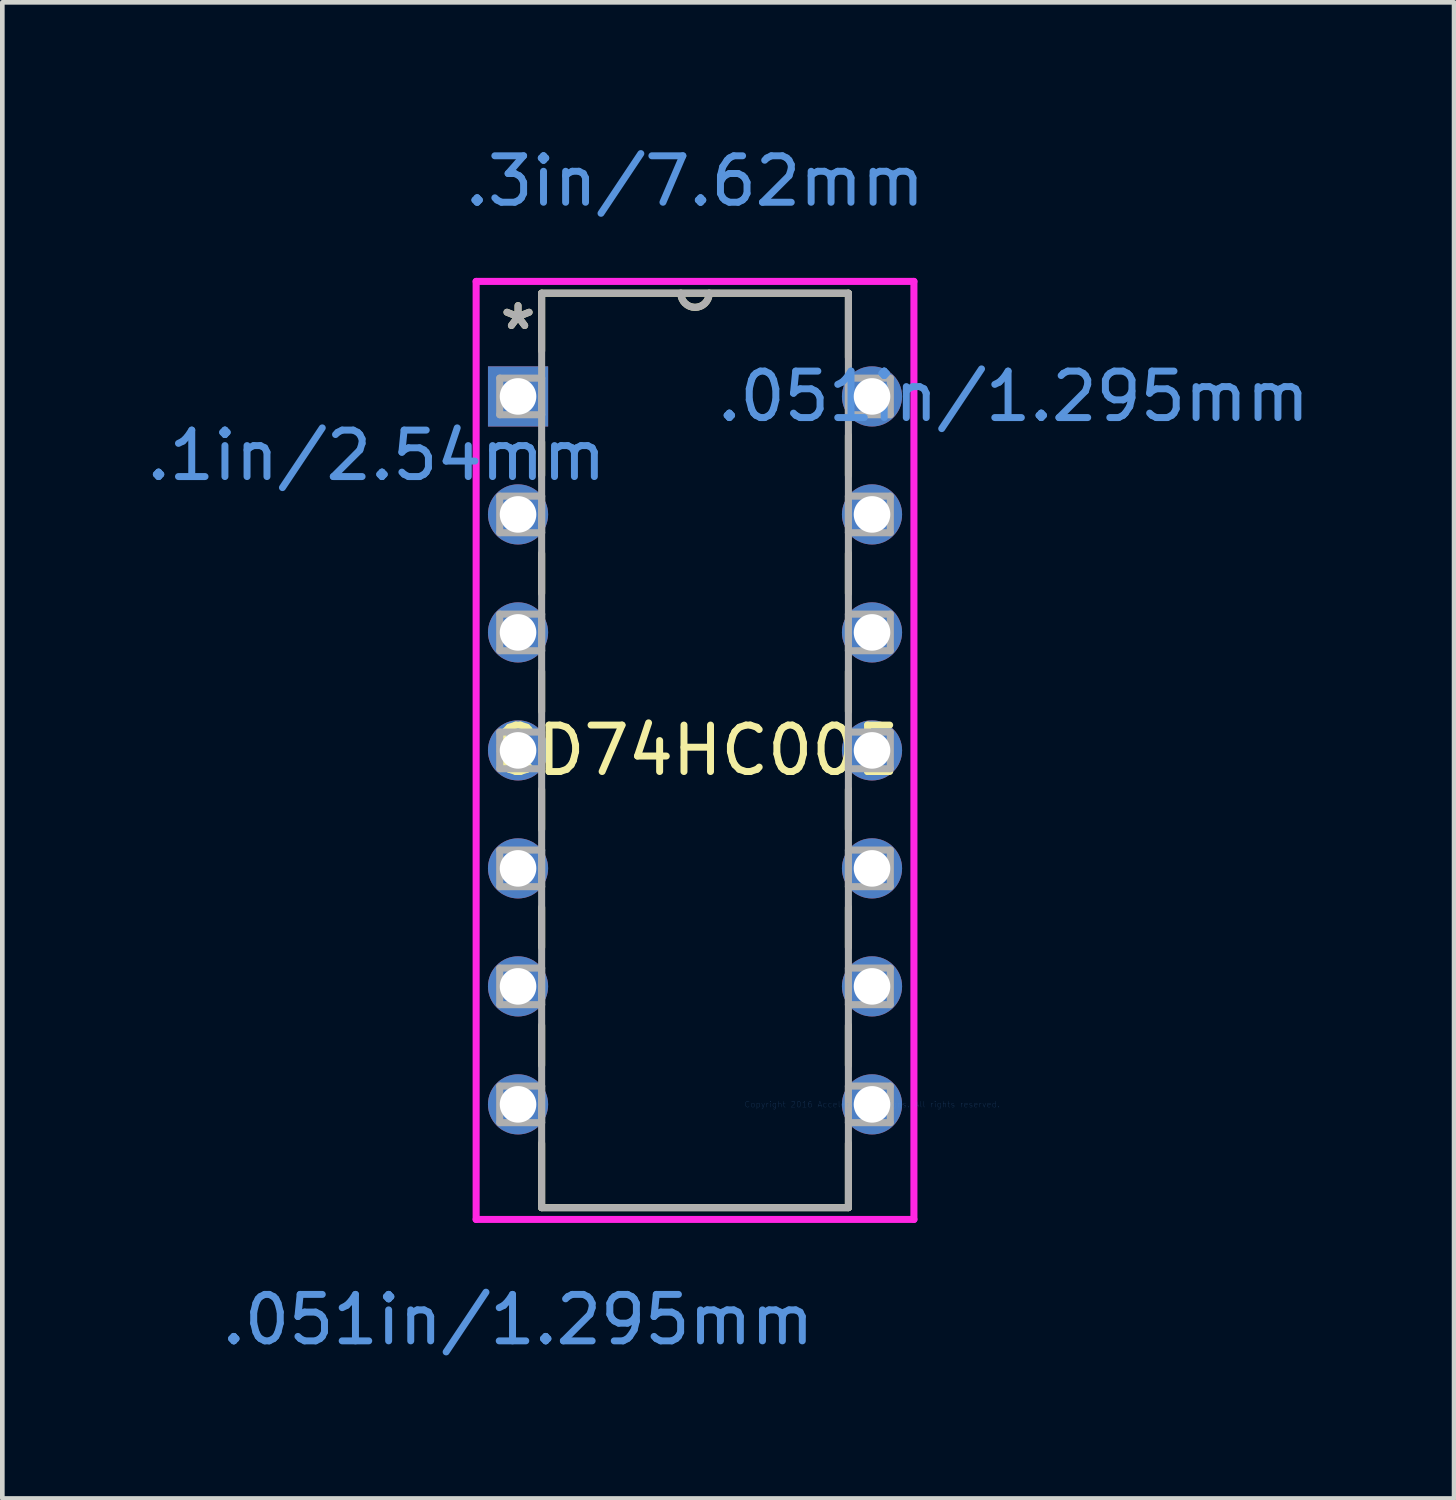
<source format=kicad_pcb>
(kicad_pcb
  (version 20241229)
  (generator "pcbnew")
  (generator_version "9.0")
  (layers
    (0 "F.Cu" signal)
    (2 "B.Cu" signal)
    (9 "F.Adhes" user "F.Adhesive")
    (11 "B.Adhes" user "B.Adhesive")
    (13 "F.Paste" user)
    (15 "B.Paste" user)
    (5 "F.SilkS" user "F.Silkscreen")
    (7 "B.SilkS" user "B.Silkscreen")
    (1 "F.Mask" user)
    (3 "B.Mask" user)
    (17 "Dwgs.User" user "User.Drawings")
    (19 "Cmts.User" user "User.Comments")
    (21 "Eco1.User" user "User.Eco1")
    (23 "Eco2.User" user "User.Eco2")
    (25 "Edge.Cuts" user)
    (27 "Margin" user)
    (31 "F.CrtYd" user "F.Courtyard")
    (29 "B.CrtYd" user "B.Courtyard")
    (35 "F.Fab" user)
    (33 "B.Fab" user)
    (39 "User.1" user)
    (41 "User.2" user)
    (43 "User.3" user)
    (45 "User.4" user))
  (footprint "CD74HC00E"
    (layer "F.Cu")
    (at 15.722 20.724)
    (property "Reference" "CD74HC00E" (at -3.81 -7.62 0) (layer "F.SilkS") (effects (font (size 1 1) (thickness 0.15))))
    (attr through_hole)
    (fp_line (start -7.112 -17.462) (end -7.112 -16.22) (stroke (width 0.152) (type solid)) (layer "F.SilkS"))
    (fp_line (start -7.112 -14.26) (end -7.112 -13.539) (stroke (width 0.152) (type solid)) (layer "F.SilkS"))
    (fp_line (start -7.112 -11.861) (end -7.112 -10.999) (stroke (width 0.152) (type solid)) (layer "F.SilkS"))
    (fp_line (start -7.112 -9.321) (end -7.112 -8.459) (stroke (width 0.152) (type solid)) (layer "F.SilkS"))
    (fp_line (start -7.112 -6.781) (end -7.112 -5.919) (stroke (width 0.152) (type solid)) (layer "F.SilkS"))
    (fp_line (start -7.112 -4.241) (end -7.112 -3.379) (stroke (width 0.152) (type solid)) (layer "F.SilkS"))
    (fp_line (start -7.112 -1.701) (end -7.112 -0.839) (stroke (width 0.152) (type solid)) (layer "F.SilkS"))
    (fp_line (start -7.112 0.839) (end -7.112 2.223) (stroke (width 0.152) (type solid)) (layer "F.SilkS"))
    (fp_line (start -7.112 2.223) (end -0.508 2.223) (stroke (width 0.152) (type solid)) (layer "F.SilkS"))
    (fp_line (start -0.508 -17.462) (end -7.112 -17.462) (stroke (width 0.152) (type solid)) (layer "F.SilkS"))
    (fp_line (start -0.508 -16.079) (end -0.508 -17.462) (stroke (width 0.152) (type solid)) (layer "F.SilkS"))
    (fp_line (start -0.508 -13.539) (end -0.508 -14.401) (stroke (width 0.152) (type solid)) (layer "F.SilkS"))
    (fp_line (start -0.508 -10.999) (end -0.508 -11.861) (stroke (width 0.152) (type solid)) (layer "F.SilkS"))
    (fp_line (start -0.508 -8.459) (end -0.508 -9.321) (stroke (width 0.152) (type solid)) (layer "F.SilkS"))
    (fp_line (start -0.508 -5.919) (end -0.508 -6.781) (stroke (width 0.152) (type solid)) (layer "F.SilkS"))
    (fp_line (start -0.508 -3.379) (end -0.508 -4.241) (stroke (width 0.152) (type solid)) (layer "F.SilkS"))
    (fp_line (start -0.508 -0.839) (end -0.508 -1.701) (stroke (width 0.152) (type solid)) (layer "F.SilkS"))
    (fp_line (start -0.508 2.223) (end -0.508 0.839) (stroke (width 0.152) (type solid)) (layer "F.SilkS"))
    (fp_arc (start -3.5052 -17.4625) (mid -3.81 -17.1577) (end -4.1148 -17.4625) (stroke (width 0.1524) (type solid)) (layer "F.SilkS"))
    (fp_line (start -8.522 -17.716) (end -8.522 2.477) (stroke (width 0.152) (type solid)) (layer "F.CrtYd"))
    (fp_line (start -8.522 2.477) (end 0.902 2.477) (stroke (width 0.152) (type solid)) (layer "F.CrtYd"))
    (fp_line (start 0.902 -17.716) (end -8.522 -17.716) (stroke (width 0.152) (type solid)) (layer "F.CrtYd"))
    (fp_line (start 0.902 2.477) (end 0.902 -17.716) (stroke (width 0.152) (type solid)) (layer "F.CrtYd"))
    (fp_line (start -8.014 -15.634) (end -8.014 -14.846) (stroke (width 0.152) (type solid)) (layer "F.Fab"))
    (fp_line (start -8.014 -14.846) (end -7.112 -14.846) (stroke (width 0.152) (type solid)) (layer "F.Fab"))
    (fp_line (start -8.014 -13.094) (end -8.014 -12.306) (stroke (width 0.152) (type solid)) (layer "F.Fab"))
    (fp_line (start -8.014 -12.306) (end -7.112 -12.306) (stroke (width 0.152) (type solid)) (layer "F.Fab"))
    (fp_line (start -8.014 -10.554) (end -8.014 -9.766) (stroke (width 0.152) (type solid)) (layer "F.Fab"))
    (fp_line (start -8.014 -9.766) (end -7.112 -9.766) (stroke (width 0.152) (type solid)) (layer "F.Fab"))
    (fp_line (start -8.014 -8.014) (end -8.014 -7.226) (stroke (width 0.152) (type solid)) (layer "F.Fab"))
    (fp_line (start -8.014 -7.226) (end -7.112 -7.226) (stroke (width 0.152) (type solid)) (layer "F.Fab"))
    (fp_line (start -8.014 -5.474) (end -8.014 -4.686) (stroke (width 0.152) (type solid)) (layer "F.Fab"))
    (fp_line (start -8.014 -4.686) (end -7.112 -4.686) (stroke (width 0.152) (type solid)) (layer "F.Fab"))
    (fp_line (start -8.014 -2.934) (end -8.014 -2.146) (stroke (width 0.152) (type solid)) (layer "F.Fab"))
    (fp_line (start -8.014 -2.146) (end -7.112 -2.146) (stroke (width 0.152) (type solid)) (layer "F.Fab"))
    (fp_line (start -8.014 -0.394) (end -8.014 0.394) (stroke (width 0.152) (type solid)) (layer "F.Fab"))
    (fp_line (start -8.014 0.394) (end -7.112 0.394) (stroke (width 0.152) (type solid)) (layer "F.Fab"))
    (fp_line (start -7.112 -17.462) (end -7.112 2.223) (stroke (width 0.152) (type solid)) (layer "F.Fab"))
    (fp_line (start -7.112 -15.634) (end -8.014 -15.634) (stroke (width 0.152) (type solid)) (layer "F.Fab"))
    (fp_line (start -7.112 -14.846) (end -7.112 -15.634) (stroke (width 0.152) (type solid)) (layer "F.Fab"))
    (fp_line (start -7.112 -13.094) (end -8.014 -13.094) (stroke (width 0.152) (type solid)) (layer "F.Fab"))
    (fp_line (start -7.112 -12.306) (end -7.112 -13.094) (stroke (width 0.152) (type solid)) (layer "F.Fab"))
    (fp_line (start -7.112 -10.554) (end -8.014 -10.554) (stroke (width 0.152) (type solid)) (layer "F.Fab"))
    (fp_line (start -7.112 -9.766) (end -7.112 -10.554) (stroke (width 0.152) (type solid)) (layer "F.Fab"))
    (fp_line (start -7.112 -8.014) (end -8.014 -8.014) (stroke (width 0.152) (type solid)) (layer "F.Fab"))
    (fp_line (start -7.112 -7.226) (end -7.112 -8.014) (stroke (width 0.152) (type solid)) (layer "F.Fab"))
    (fp_line (start -7.112 -5.474) (end -8.014 -5.474) (stroke (width 0.152) (type solid)) (layer "F.Fab"))
    (fp_line (start -7.112 -4.686) (end -7.112 -5.474) (stroke (width 0.152) (type solid)) (layer "F.Fab"))
    (fp_line (start -7.112 -2.934) (end -8.014 -2.934) (stroke (width 0.152) (type solid)) (layer "F.Fab"))
    (fp_line (start -7.112 -2.146) (end -7.112 -2.934) (stroke (width 0.152) (type solid)) (layer "F.Fab"))
    (fp_line (start -7.112 -0.394) (end -8.014 -0.394) (stroke (width 0.152) (type solid)) (layer "F.Fab"))
    (fp_line (start -7.112 0.394) (end -7.112 -0.394) (stroke (width 0.152) (type solid)) (layer "F.Fab"))
    (fp_line (start -7.112 2.223) (end -0.508 2.223) (stroke (width 0.152) (type solid)) (layer "F.Fab"))
    (fp_line (start -0.508 -17.462) (end -7.112 -17.462) (stroke (width 0.152) (type solid)) (layer "F.Fab"))
    (fp_line (start -0.508 -15.634) (end -0.508 -14.846) (stroke (width 0.152) (type solid)) (layer "F.Fab"))
    (fp_line (start -0.508 -14.846) (end 0.394 -14.846) (stroke (width 0.152) (type solid)) (layer "F.Fab"))
    (fp_line (start -0.508 -13.094) (end -0.508 -12.306) (stroke (width 0.152) (type solid)) (layer "F.Fab"))
    (fp_line (start -0.508 -12.306) (end 0.394 -12.306) (stroke (width 0.152) (type solid)) (layer "F.Fab"))
    (fp_line (start -0.508 -10.554) (end -0.508 -9.766) (stroke (width 0.152) (type solid)) (layer "F.Fab"))
    (fp_line (start -0.508 -9.766) (end 0.394 -9.766) (stroke (width 0.152) (type solid)) (layer "F.Fab"))
    (fp_line (start -0.508 -8.014) (end -0.508 -7.226) (stroke (width 0.152) (type solid)) (layer "F.Fab"))
    (fp_line (start -0.508 -7.226) (end 0.394 -7.226) (stroke (width 0.152) (type solid)) (layer "F.Fab"))
    (fp_line (start -0.508 -5.474) (end -0.508 -4.686) (stroke (width 0.152) (type solid)) (layer "F.Fab"))
    (fp_line (start -0.508 -4.686) (end 0.394 -4.686) (stroke (width 0.152) (type solid)) (layer "F.Fab"))
    (fp_line (start -0.508 -2.934) (end -0.508 -2.146) (stroke (width 0.152) (type solid)) (layer "F.Fab"))
    (fp_line (start -0.508 -2.146) (end 0.394 -2.146) (stroke (width 0.152) (type solid)) (layer "F.Fab"))
    (fp_line (start -0.508 -0.394) (end -0.508 0.394) (stroke (width 0.152) (type solid)) (layer "F.Fab"))
    (fp_line (start -0.508 0.394) (end 0.394 0.394) (stroke (width 0.152) (type solid)) (layer "F.Fab"))
    (fp_line (start -0.508 2.223) (end -0.508 -17.462) (stroke (width 0.152) (type solid)) (layer "F.Fab"))
    (fp_line (start 0.394 -15.634) (end -0.508 -15.634) (stroke (width 0.152) (type solid)) (layer "F.Fab"))
    (fp_line (start 0.394 -14.846) (end 0.394 -15.634) (stroke (width 0.152) (type solid)) (layer "F.Fab"))
    (fp_line (start 0.394 -13.094) (end -0.508 -13.094) (stroke (width 0.152) (type solid)) (layer "F.Fab"))
    (fp_line (start 0.394 -12.306) (end 0.394 -13.094) (stroke (width 0.152) (type solid)) (layer "F.Fab"))
    (fp_line (start 0.394 -10.554) (end -0.508 -10.554) (stroke (width 0.152) (type solid)) (layer "F.Fab"))
    (fp_line (start 0.394 -9.766) (end 0.394 -10.554) (stroke (width 0.152) (type solid)) (layer "F.Fab"))
    (fp_line (start 0.394 -8.014) (end -0.508 -8.014) (stroke (width 0.152) (type solid)) (layer "F.Fab"))
    (fp_line (start 0.394 -7.226) (end 0.394 -8.014) (stroke (width 0.152) (type solid)) (layer "F.Fab"))
    (fp_line (start 0.394 -5.474) (end -0.508 -5.474) (stroke (width 0.152) (type solid)) (layer "F.Fab"))
    (fp_line (start 0.394 -4.686) (end 0.394 -5.474) (stroke (width 0.152) (type solid)) (layer "F.Fab"))
    (fp_line (start 0.394 -2.934) (end -0.508 -2.934) (stroke (width 0.152) (type solid)) (layer "F.Fab"))
    (fp_line (start 0.394 -2.146) (end 0.394 -2.934) (stroke (width 0.152) (type solid)) (layer "F.Fab"))
    (fp_line (start 0.394 -0.394) (end -0.508 -0.394) (stroke (width 0.152) (type solid)) (layer "F.Fab"))
    (fp_line (start 0.394 0.394) (end 0.394 -0.394) (stroke (width 0.152) (type solid)) (layer "F.Fab"))
    (fp_arc (start -3.5052 -17.4625) (mid -3.81 -17.1577) (end -4.1148 -17.4625) (stroke (width 0.1524) (type solid)) (layer "F.Fab"))
    (fp_text user "*" (at -7.62 -16.65 0) (layer "F.SilkS") (effects (font (size 1 1) (thickness 0.15))))
    (fp_text user ".3in/7.62mm" (at -3.81 -19.875 0) (layer "Cmts.User") (effects (font (size 1 1) (thickness 0.15))))
    (fp_text user ".1in/2.54mm" (at -10.668 -13.97 0) (layer "Cmts.User") (effects (font (size 1 1) (thickness 0.15))))
    (fp_text user "Copyright 2016 Accelerated Designs. All rights reserved." (at 0 0 0) (layer "Cmts.User") (effects (font (size 0.127 0.127) (thickness 0.002))))
    (fp_text user ".051in/1.295mm" (at 3.048 -15.24 0) (layer "Cmts.User") (effects (font (size 1 1) (thickness 0.15))))
    (fp_text user ".051in/1.295mm" (at -7.62 4.636 0) (layer "Cmts.User") (effects (font (size 1 1) (thickness 0.15))))
    (fp_text user "*" (at -7.62 -16.65 0) (layer "F.Fab") (effects (font (size 1 1) (thickness 0.15))))
    (pad "1" thru_hole rect (at -7.62 -15.24) (size 1.295 1.295) (drill 0.787) (layers "*.Cu" "*.Mask"))
    (pad "2" thru_hole circle (at -7.62 -12.7) (size 1.295 1.295) (drill 0.787) (layers "*.Cu" "*.Mask"))
    (pad "3" thru_hole circle (at -7.62 -10.16) (size 1.295 1.295) (drill 0.787) (layers "*.Cu" "*.Mask"))
    (pad "4" thru_hole circle (at -7.62 -7.62) (size 1.295 1.295) (drill 0.787) (layers "*.Cu" "*.Mask"))
    (pad "5" thru_hole circle (at -7.62 -5.08) (size 1.295 1.295) (drill 0.787) (layers "*.Cu" "*.Mask"))
    (pad "6" thru_hole circle (at -7.62 -2.54) (size 1.295 1.295) (drill 0.787) (layers "*.Cu" "*.Mask"))
    (pad "7" thru_hole circle (at -7.62 0) (size 1.295 1.295) (drill 0.787) (layers "*.Cu" "*.Mask"))
    (pad "8" thru_hole circle (at 0 0) (size 1.295 1.295) (drill 0.787) (layers "*.Cu" "*.Mask"))
    (pad "9" thru_hole circle (at 0 -2.54) (size 1.295 1.295) (drill 0.787) (layers "*.Cu" "*.Mask"))
    (pad "10" thru_hole circle (at 0 -5.08) (size 1.295 1.295) (drill 0.787) (layers "*.Cu" "*.Mask"))
    (pad "11" thru_hole circle (at 0 -7.62) (size 1.295 1.295) (drill 0.787) (layers "*.Cu" "*.Mask"))
    (pad "12" thru_hole circle (at 0 -10.16) (size 1.295 1.295) (drill 0.787) (layers "*.Cu" "*.Mask"))
    (pad "13" thru_hole circle (at 0 -12.7) (size 1.295 1.295) (drill 0.787) (layers "*.Cu" "*.Mask"))
    (pad "14" thru_hole circle (at 0 -15.24) (size 1.295 1.295) (drill 0.787) (layers "*.Cu" "*.Mask")))
  (gr_rect
    (start -3 -3)
    (end 28.252 29.207)
    (stroke (width 0.1) (type default))
    (fill no)
    (layer "Edge.Cuts")))
</source>
